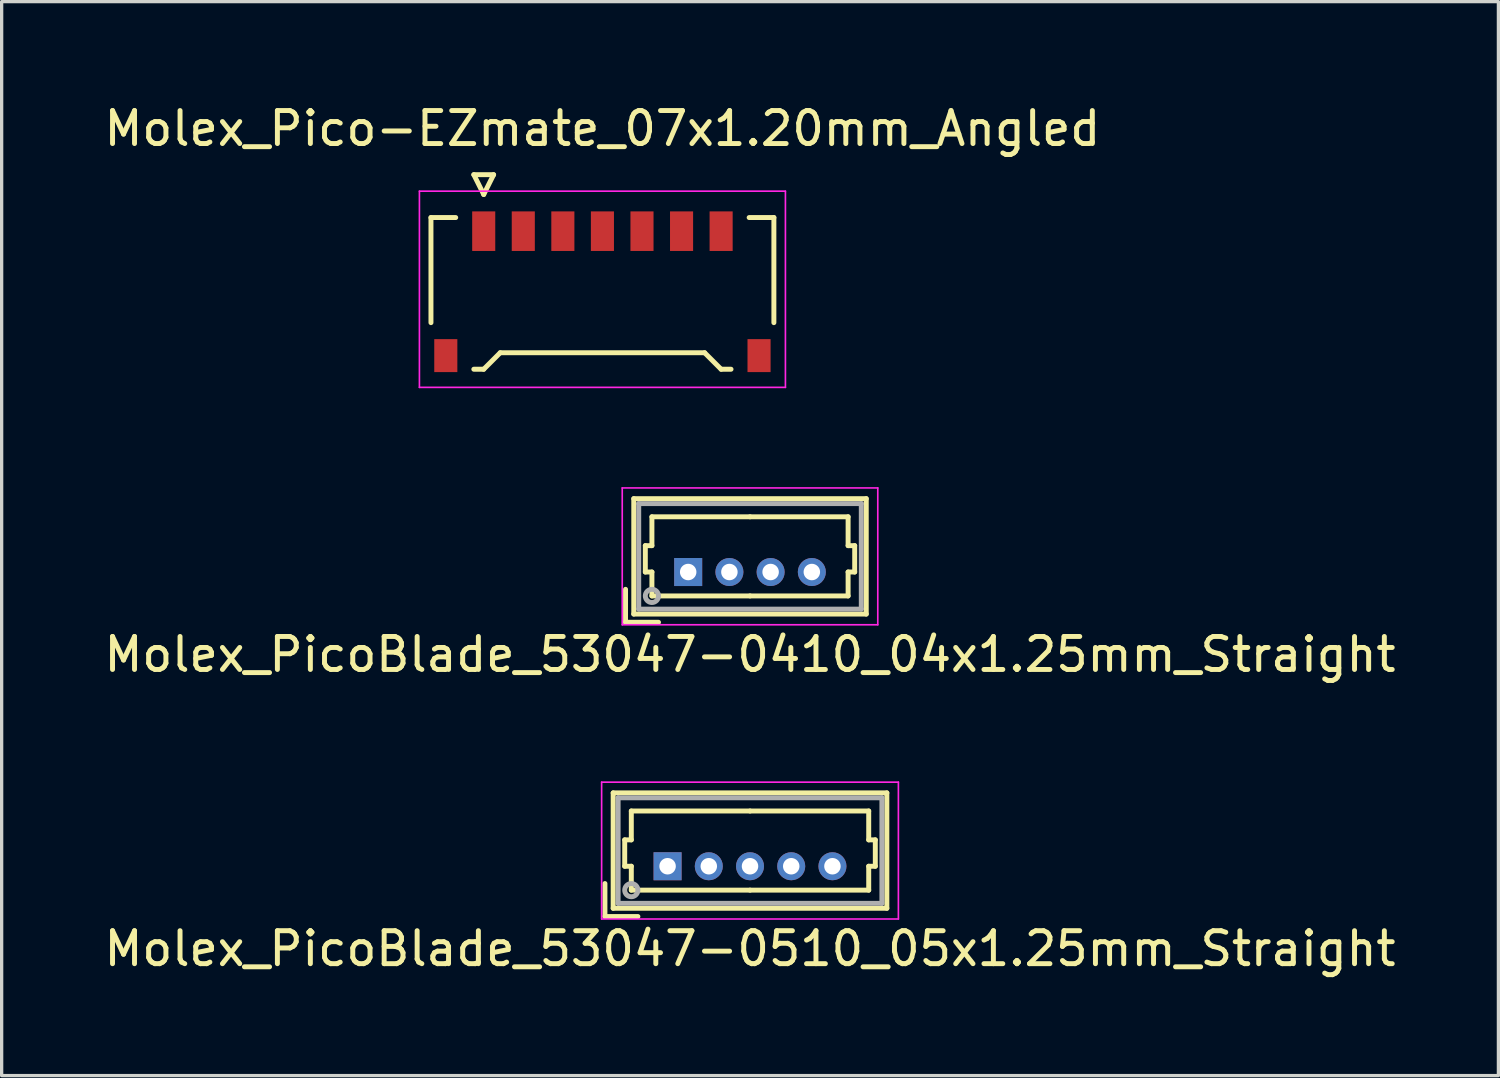
<source format=kicad_pcb>
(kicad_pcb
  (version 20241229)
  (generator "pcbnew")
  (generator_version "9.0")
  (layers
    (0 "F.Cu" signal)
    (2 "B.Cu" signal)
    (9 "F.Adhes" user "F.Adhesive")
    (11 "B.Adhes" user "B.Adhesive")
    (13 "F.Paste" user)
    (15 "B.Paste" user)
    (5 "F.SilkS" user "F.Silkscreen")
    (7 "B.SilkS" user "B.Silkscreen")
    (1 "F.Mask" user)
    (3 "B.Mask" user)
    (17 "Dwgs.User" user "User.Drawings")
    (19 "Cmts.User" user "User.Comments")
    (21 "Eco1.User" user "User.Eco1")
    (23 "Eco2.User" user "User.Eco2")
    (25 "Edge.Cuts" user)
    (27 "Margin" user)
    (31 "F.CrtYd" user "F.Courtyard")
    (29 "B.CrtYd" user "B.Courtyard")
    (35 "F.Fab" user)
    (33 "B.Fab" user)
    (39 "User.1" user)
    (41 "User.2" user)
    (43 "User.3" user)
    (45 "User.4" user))
  (footprint "Molex_PicoBlade_53047-0510_05x1.25mm_Straight"
    (layer "F.Cu")
    (at 17.196 23.221)
    (property "Reference" "Molex_PicoBlade_53047-0510_05x1.25mm_Straight" (at 2.5 2.5 0) (layer "F.SilkS") (effects (font (size 1 1) (thickness 0.15))))
    (attr through_hole)
    (fp_line (start -1.9 1.525) (end -1.9 0.525) (stroke (width 0.15) (type solid)) (layer "F.SilkS"))
    (fp_line (start -1.9 1.525) (end -0.9 1.525) (stroke (width 0.15) (type solid)) (layer "F.SilkS"))
    (fp_line (start -1.65 -2.225) (end -1.65 1.275) (stroke (width 0.15) (type solid)) (layer "F.SilkS"))
    (fp_line (start -1.65 1.275) (end 6.65 1.275) (stroke (width 0.15) (type solid)) (layer "F.SilkS"))
    (fp_line (start -1.3 -0.8) (end -1.1 -0.8) (stroke (width 0.15) (type solid)) (layer "F.SilkS"))
    (fp_line (start -1.3 0) (end -1.3 -0.8) (stroke (width 0.15) (type solid)) (layer "F.SilkS"))
    (fp_line (start -1.1 -1.675) (end 2.5 -1.675) (stroke (width 0.15) (type solid)) (layer "F.SilkS"))
    (fp_line (start -1.1 -0.8) (end -1.1 -1.675) (stroke (width 0.15) (type solid)) (layer "F.SilkS"))
    (fp_line (start -1.1 0) (end -1.3 0) (stroke (width 0.15) (type solid)) (layer "F.SilkS"))
    (fp_line (start -1.1 0.725) (end -1.1 0) (stroke (width 0.15) (type solid)) (layer "F.SilkS"))
    (fp_line (start 2.5 0.725) (end -1.1 0.725) (stroke (width 0.15) (type solid)) (layer "F.SilkS"))
    (fp_line (start 2.5 0.725) (end 6.1 0.725) (stroke (width 0.15) (type solid)) (layer "F.SilkS"))
    (fp_line (start 6.1 -1.675) (end 2.5 -1.675) (stroke (width 0.15) (type solid)) (layer "F.SilkS"))
    (fp_line (start 6.1 -0.8) (end 6.1 -1.675) (stroke (width 0.15) (type solid)) (layer "F.SilkS"))
    (fp_line (start 6.1 0) (end 6.3 0) (stroke (width 0.15) (type solid)) (layer "F.SilkS"))
    (fp_line (start 6.1 0.725) (end 6.1 0) (stroke (width 0.15) (type solid)) (layer "F.SilkS"))
    (fp_line (start 6.3 -0.8) (end 6.1 -0.8) (stroke (width 0.15) (type solid)) (layer "F.SilkS"))
    (fp_line (start 6.3 0) (end 6.3 -0.8) (stroke (width 0.15) (type solid)) (layer "F.SilkS"))
    (fp_line (start 6.65 -2.225) (end -1.65 -2.225) (stroke (width 0.15) (type solid)) (layer "F.SilkS"))
    (fp_line (start 6.65 1.275) (end 6.65 -2.225) (stroke (width 0.15) (type solid)) (layer "F.SilkS"))
    (fp_line (start -2 -2.55) (end -2 1.6) (stroke (width 0.05) (type solid)) (layer "F.CrtYd"))
    (fp_line (start -2 1.6) (end 7 1.6) (stroke (width 0.05) (type solid)) (layer "F.CrtYd"))
    (fp_line (start 7 -2.55) (end -2 -2.55) (stroke (width 0.05) (type solid)) (layer "F.CrtYd"))
    (fp_line (start 7 1.6) (end 7 -2.55) (stroke (width 0.05) (type solid)) (layer "F.CrtYd"))
    (fp_line (start -1.5 -2.075) (end -1.5 1.125) (stroke (width 0.15) (type solid)) (layer "F.Fab"))
    (fp_line (start -1.5 1.125) (end 6.5 1.125) (stroke (width 0.15) (type solid)) (layer "F.Fab"))
    (fp_line (start 6.5 -2.075) (end -1.5 -2.075) (stroke (width 0.15) (type solid)) (layer "F.Fab"))
    (fp_line (start 6.5 1.125) (end 6.5 -2.075) (stroke (width 0.15) (type solid)) (layer "F.Fab"))
    (fp_circle (center -1.1 0.725) (end -0.9 0.725) (stroke (width 0.15) (type solid)) (fill no) (layer "F.Fab"))
    (pad "1" thru_hole rect (at 0 0) (size 0.85 0.85) (drill 0.5) (layers "*.Cu" "*.Mask"))
    (pad "2" thru_hole circle (at 1.25 0) (size 0.85 0.85) (drill 0.5) (layers "*.Cu" "*.Mask"))
    (pad "3" thru_hole circle (at 2.5 0) (size 0.85 0.85) (drill 0.5) (layers "*.Cu" "*.Mask"))
    (pad "4" thru_hole circle (at 3.75 0) (size 0.85 0.85) (drill 0.5) (layers "*.Cu" "*.Mask"))
    (pad "5" thru_hole circle (at 5 0) (size 0.85 0.85) (drill 0.5) (layers "*.Cu" "*.Mask")))
  (footprint "Molex_PicoBlade_53047-0410_04x1.25mm_Straight"
    (layer "F.Cu")
    (at 17.821 14.298)
    (property "Reference" "Molex_PicoBlade_53047-0410_04x1.25mm_Straight" (at 1.875 2.5 0) (layer "F.SilkS") (effects (font (size 1 1) (thickness 0.15))))
    (attr through_hole)
    (fp_line (start -1.9 1.525) (end -1.9 0.525) (stroke (width 0.15) (type solid)) (layer "F.SilkS"))
    (fp_line (start -1.9 1.525) (end -0.9 1.525) (stroke (width 0.15) (type solid)) (layer "F.SilkS"))
    (fp_line (start -1.65 -2.225) (end -1.65 1.275) (stroke (width 0.15) (type solid)) (layer "F.SilkS"))
    (fp_line (start -1.65 1.275) (end 5.4 1.275) (stroke (width 0.15) (type solid)) (layer "F.SilkS"))
    (fp_line (start -1.3 -0.8) (end -1.1 -0.8) (stroke (width 0.15) (type solid)) (layer "F.SilkS"))
    (fp_line (start -1.3 0) (end -1.3 -0.8) (stroke (width 0.15) (type solid)) (layer "F.SilkS"))
    (fp_line (start -1.1 -1.675) (end 1.875 -1.675) (stroke (width 0.15) (type solid)) (layer "F.SilkS"))
    (fp_line (start -1.1 -0.8) (end -1.1 -1.675) (stroke (width 0.15) (type solid)) (layer "F.SilkS"))
    (fp_line (start -1.1 0) (end -1.3 0) (stroke (width 0.15) (type solid)) (layer "F.SilkS"))
    (fp_line (start -1.1 0.725) (end -1.1 0) (stroke (width 0.15) (type solid)) (layer "F.SilkS"))
    (fp_line (start 1.875 0.725) (end -1.1 0.725) (stroke (width 0.15) (type solid)) (layer "F.SilkS"))
    (fp_line (start 1.875 0.725) (end 4.85 0.725) (stroke (width 0.15) (type solid)) (layer "F.SilkS"))
    (fp_line (start 4.85 -1.675) (end 1.875 -1.675) (stroke (width 0.15) (type solid)) (layer "F.SilkS"))
    (fp_line (start 4.85 -0.8) (end 4.85 -1.675) (stroke (width 0.15) (type solid)) (layer "F.SilkS"))
    (fp_line (start 4.85 0) (end 5.05 0) (stroke (width 0.15) (type solid)) (layer "F.SilkS"))
    (fp_line (start 4.85 0.725) (end 4.85 0) (stroke (width 0.15) (type solid)) (layer "F.SilkS"))
    (fp_line (start 5.05 -0.8) (end 4.85 -0.8) (stroke (width 0.15) (type solid)) (layer "F.SilkS"))
    (fp_line (start 5.05 0) (end 5.05 -0.8) (stroke (width 0.15) (type solid)) (layer "F.SilkS"))
    (fp_line (start 5.4 -2.225) (end -1.65 -2.225) (stroke (width 0.15) (type solid)) (layer "F.SilkS"))
    (fp_line (start 5.4 1.275) (end 5.4 -2.225) (stroke (width 0.15) (type solid)) (layer "F.SilkS"))
    (fp_line (start -2 -2.55) (end -2 1.6) (stroke (width 0.05) (type solid)) (layer "F.CrtYd"))
    (fp_line (start -2 1.6) (end 5.75 1.6) (stroke (width 0.05) (type solid)) (layer "F.CrtYd"))
    (fp_line (start 5.75 -2.55) (end -2 -2.55) (stroke (width 0.05) (type solid)) (layer "F.CrtYd"))
    (fp_line (start 5.75 1.6) (end 5.75 -2.55) (stroke (width 0.05) (type solid)) (layer "F.CrtYd"))
    (fp_line (start -1.5 -2.075) (end -1.5 1.125) (stroke (width 0.15) (type solid)) (layer "F.Fab"))
    (fp_line (start -1.5 1.125) (end 5.25 1.125) (stroke (width 0.15) (type solid)) (layer "F.Fab"))
    (fp_line (start 5.25 -2.075) (end -1.5 -2.075) (stroke (width 0.15) (type solid)) (layer "F.Fab"))
    (fp_line (start 5.25 1.125) (end 5.25 -2.075) (stroke (width 0.15) (type solid)) (layer "F.Fab"))
    (fp_circle (center -1.1 0.725) (end -0.9 0.725) (stroke (width 0.15) (type solid)) (fill no) (layer "F.Fab"))
    (pad "1" thru_hole rect (at 0 0) (size 0.85 0.85) (drill 0.5) (layers "*.Cu" "*.Mask"))
    (pad "2" thru_hole circle (at 1.25 0) (size 0.85 0.85) (drill 0.5) (layers "*.Cu" "*.Mask"))
    (pad "3" thru_hole circle (at 2.5 0) (size 0.85 0.85) (drill 0.5) (layers "*.Cu" "*.Mask"))
    (pad "4" thru_hole circle (at 3.75 0) (size 0.85 0.85) (drill 0.5) (layers "*.Cu" "*.Mask")))
  (footprint "Molex_Pico-EZmate_07x1.20mm_Angled"
    (layer "F.Cu")
    (at 15.22 5.848)
    (property "Reference" "Molex_Pico-EZmate_07x1.20mm_Angled" (at 0 -5 0) (layer "F.SilkS") (effects (font (size 1 1) (thickness 0.15))))
    (attr smd)
    (fp_line (start -5.2 -2.3) (end -5.2 0.887) (stroke (width 0.15) (type solid)) (layer "F.SilkS"))
    (fp_line (start -4.45 -2.3) (end -5.2 -2.3) (stroke (width 0.15) (type solid)) (layer "F.SilkS"))
    (fp_line (start -3.9 -3.6) (end -3.6 -3) (stroke (width 0.15) (type solid)) (layer "F.SilkS"))
    (fp_line (start -3.9 2.3) (end -3.6 2.3) (stroke (width 0.15) (type solid)) (layer "F.SilkS"))
    (fp_line (start -3.6 -3) (end -3.3 -3.6) (stroke (width 0.15) (type solid)) (layer "F.SilkS"))
    (fp_line (start -3.6 2.3) (end -3.1 1.8) (stroke (width 0.15) (type solid)) (layer "F.SilkS"))
    (fp_line (start -3.3 -3.6) (end -3.9 -3.6) (stroke (width 0.15) (type solid)) (layer "F.SilkS"))
    (fp_line (start -3.1 1.8) (end 3.1 1.8) (stroke (width 0.15) (type solid)) (layer "F.SilkS"))
    (fp_line (start 3.1 1.8) (end 3.6 2.3) (stroke (width 0.15) (type solid)) (layer "F.SilkS"))
    (fp_line (start 3.6 2.3) (end 3.9 2.3) (stroke (width 0.15) (type solid)) (layer "F.SilkS"))
    (fp_line (start 4.45 -2.3) (end 5.2 -2.3) (stroke (width 0.15) (type solid)) (layer "F.SilkS"))
    (fp_line (start 5.2 -2.3) (end 5.2 0.887) (stroke (width 0.15) (type solid)) (layer "F.SilkS"))
    (fp_line (start -5.55 -3.1) (end -5.55 2.85) (stroke (width 0.05) (type solid)) (layer "F.CrtYd"))
    (fp_line (start -5.55 2.85) (end 5.55 2.85) (stroke (width 0.05) (type solid)) (layer "F.CrtYd"))
    (fp_line (start 5.55 -3.1) (end -5.55 -3.1) (stroke (width 0.05) (type solid)) (layer "F.CrtYd"))
    (fp_line (start 5.55 2.85) (end 5.55 -3.1) (stroke (width 0.05) (type solid)) (layer "F.CrtYd"))
    (pad "" smd rect (at -4.75 1.887) (size 0.7 1) (layers "F.Cu" "F.Mask" "F.Paste"))
    (pad "" smd rect (at 4.75 1.887) (size 0.7 1) (layers "F.Cu" "F.Mask" "F.Paste"))
    (pad "1" smd rect (at -3.6 -1.887) (size 0.7 1.2) (layers "F.Cu" "F.Mask" "F.Paste"))
    (pad "2" smd rect (at -2.4 -1.887) (size 0.7 1.2) (layers "F.Cu" "F.Mask" "F.Paste"))
    (pad "3" smd rect (at -1.2 -1.887) (size 0.7 1.2) (layers "F.Cu" "F.Mask" "F.Paste"))
    (pad "4" smd rect (at 0 -1.887) (size 0.7 1.2) (layers "F.Cu" "F.Mask" "F.Paste"))
    (pad "5" smd rect (at 1.2 -1.887) (size 0.7 1.2) (layers "F.Cu" "F.Mask" "F.Paste"))
    (pad "6" smd rect (at 2.4 -1.887) (size 0.7 1.2) (layers "F.Cu" "F.Mask" "F.Paste"))
    (pad "7" smd rect (at 3.6 -1.887) (size 0.7 1.2) (layers "F.Cu" "F.Mask" "F.Paste")))
  (gr_rect
    (start -3 -3)
    (end 42.393 29.57)
    (stroke (width 0.1) (type default))
    (fill no)
    (layer "Edge.Cuts")))
</source>
